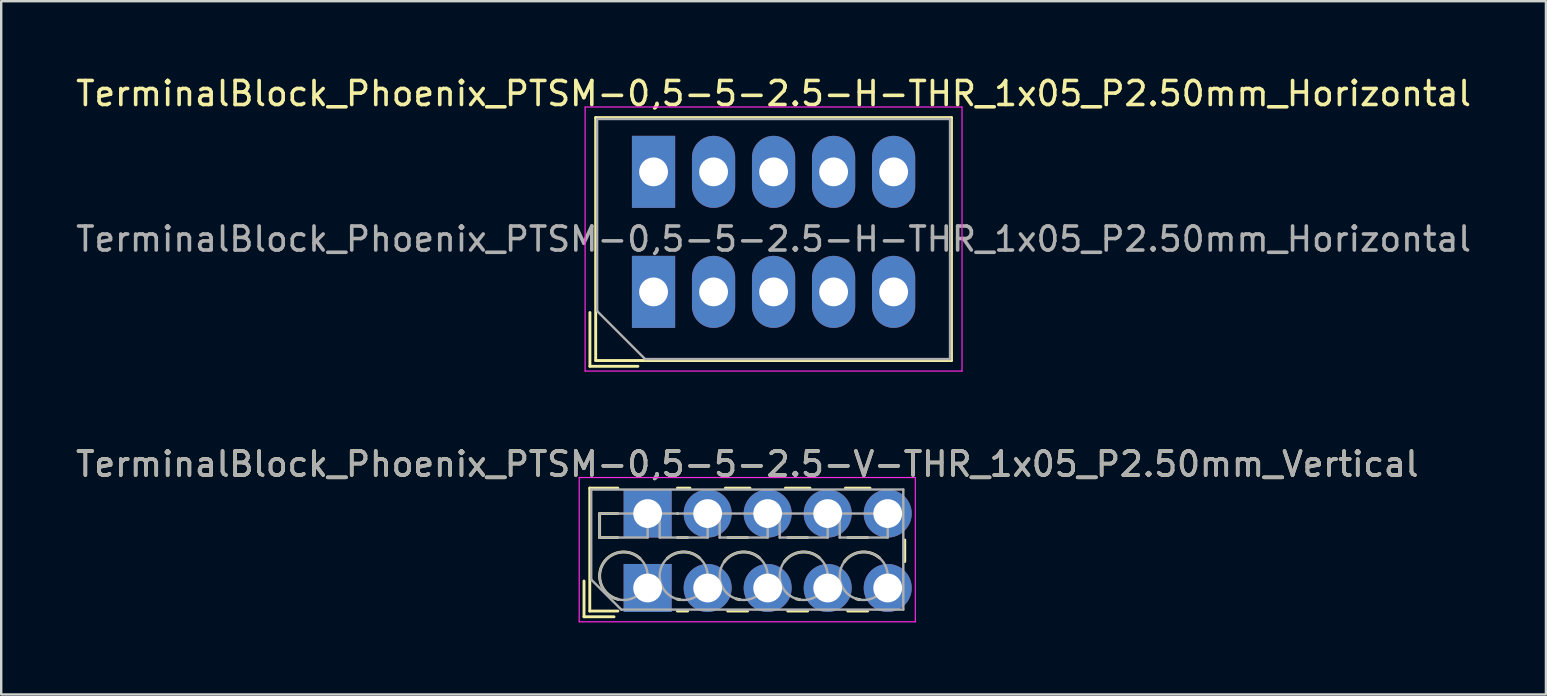
<source format=kicad_pcb>
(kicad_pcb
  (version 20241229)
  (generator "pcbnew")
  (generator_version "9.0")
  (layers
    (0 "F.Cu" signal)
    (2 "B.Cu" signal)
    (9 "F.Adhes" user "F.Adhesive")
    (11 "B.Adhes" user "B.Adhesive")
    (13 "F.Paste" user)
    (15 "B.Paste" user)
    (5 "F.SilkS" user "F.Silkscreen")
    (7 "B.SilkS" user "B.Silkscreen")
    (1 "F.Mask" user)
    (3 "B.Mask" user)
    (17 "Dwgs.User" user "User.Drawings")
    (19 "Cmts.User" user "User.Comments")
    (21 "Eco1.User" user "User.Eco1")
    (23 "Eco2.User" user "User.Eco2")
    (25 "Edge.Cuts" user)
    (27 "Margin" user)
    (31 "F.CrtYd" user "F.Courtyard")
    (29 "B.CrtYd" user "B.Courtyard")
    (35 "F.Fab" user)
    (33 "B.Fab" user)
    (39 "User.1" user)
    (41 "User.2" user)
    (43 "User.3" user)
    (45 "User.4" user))
  (footprint "TerminalBlock_Phoenix_PTSM-0,5-5-2.5-H-THR_1x05_P2.50mm_Horizontal"
    (layer "F.Cu")
    (at 24.173 9.108)
    (property "Reference" "TerminalBlock_Phoenix_PTSM-0,5-5-2.5-H-THR_1x05_P2.50mm_Horizontal" (at 5 -8.26 0) (layer "F.SilkS") (effects (font (size 1 1) (thickness 0.15))))
    (attr through_hole)
    (fp_line (start -2.65 0.86) (end -2.65 3.1) (stroke (width 0.12) (type solid)) (layer "F.SilkS"))
    (fp_line (start -2.65 3.1) (end -0.65 3.1) (stroke (width 0.12) (type solid)) (layer "F.SilkS"))
    (fp_line (start -2.41 -7.26) (end -2.41 2.86) (stroke (width 0.12) (type solid)) (layer "F.SilkS"))
    (fp_line (start -2.41 -7.26) (end 12.41 -7.26) (stroke (width 0.12) (type solid)) (layer "F.SilkS"))
    (fp_line (start -2.41 2.86) (end 12.41 2.86) (stroke (width 0.12) (type solid)) (layer "F.SilkS"))
    (fp_line (start 12.41 -7.26) (end 12.41 2.86) (stroke (width 0.12) (type solid)) (layer "F.SilkS"))
    (fp_line (start -2.85 -7.7) (end -2.85 3.3) (stroke (width 0.05) (type solid)) (layer "F.CrtYd"))
    (fp_line (start -2.85 3.3) (end 12.85 3.3) (stroke (width 0.05) (type solid)) (layer "F.CrtYd"))
    (fp_line (start 12.85 -7.7) (end -2.85 -7.7) (stroke (width 0.05) (type solid)) (layer "F.CrtYd"))
    (fp_line (start 12.85 3.3) (end 12.85 -7.7) (stroke (width 0.05) (type solid)) (layer "F.CrtYd"))
    (fp_line (start -2.35 -7.2) (end 12.35 -7.2) (stroke (width 0.1) (type solid)) (layer "F.Fab"))
    (fp_line (start -2.35 0.8) (end -2.35 -7.2) (stroke (width 0.1) (type solid)) (layer "F.Fab"))
    (fp_line (start -0.35 2.8) (end -2.35 0.8) (stroke (width 0.1) (type solid)) (layer "F.Fab"))
    (fp_line (start 12.35 -7.2) (end 12.35 2.8) (stroke (width 0.1) (type solid)) (layer "F.Fab"))
    (fp_line (start 12.35 2.8) (end -0.35 2.8) (stroke (width 0.1) (type solid)) (layer "F.Fab"))
    (fp_text user "${REFERENCE}" (at 5 -2.2 0) (layer "F.Fab") (effects (font (size 1 1) (thickness 0.15))))
    (pad "1" thru_hole rect (at 0 -5) (size 1.8 3) (drill 1.2) (layers "*.Cu" "*.Mask"))
    (pad "1" thru_hole rect (at 0 0) (size 1.8 3) (drill 1.2) (layers "*.Cu" "*.Mask"))
    (pad "2" thru_hole oval (at 2.5 -5) (size 1.8 3) (drill 1.2) (layers "*.Cu" "*.Mask"))
    (pad "2" thru_hole oval (at 2.5 0) (size 1.8 3) (drill 1.2) (layers "*.Cu" "*.Mask"))
    (pad "3" thru_hole oval (at 5 -5) (size 1.8 3) (drill 1.2) (layers "*.Cu" "*.Mask"))
    (pad "3" thru_hole oval (at 5 0) (size 1.8 3) (drill 1.2) (layers "*.Cu" "*.Mask"))
    (pad "4" thru_hole oval (at 7.5 -5) (size 1.8 3) (drill 1.2) (layers "*.Cu" "*.Mask"))
    (pad "4" thru_hole oval (at 7.5 0) (size 1.8 3) (drill 1.2) (layers "*.Cu" "*.Mask"))
    (pad "5" thru_hole oval (at 10 -5) (size 1.8 3) (drill 1.2) (layers "*.Cu" "*.Mask"))
    (pad "5" thru_hole oval (at 10 0) (size 1.8 3) (drill 1.2) (layers "*.Cu" "*.Mask")))
  (footprint "TerminalBlock_Phoenix_PTSM-0,5-5-2.5-V-THR_1x05_P2.50mm_Vertical"
    (layer "F.Cu")
    (at 23.927 21.442)
    (property "Reference" "TerminalBlock_Phoenix_PTSM-0,5-5-2.5-V-THR_1x05_P2.50mm_Vertical" (at 4.15 -5.16 0) (layer "F.SilkS") (effects (font (size 1 1) (thickness 0.15))))
    (attr through_hole)
    (fp_line (start -2.65 -0.29) (end -2.65 1.2) (stroke (width 0.12) (type solid)) (layer "F.SilkS"))
    (fp_line (start -2.65 1.2) (end -1.4 1.2) (stroke (width 0.12) (type solid)) (layer "F.SilkS"))
    (fp_line (start -2.41 -4.16) (end -2.41 0.961) (stroke (width 0.12) (type solid)) (layer "F.SilkS"))
    (fp_line (start -2.41 -4.16) (end -1.24 -4.16) (stroke (width 0.12) (type solid)) (layer "F.SilkS"))
    (fp_line (start -2.41 0.961) (end -1.24 0.961) (stroke (width 0.12) (type solid)) (layer "F.SilkS"))
    (fp_line (start -2 -3.1) (end -2 -2.1) (stroke (width 0.12) (type solid)) (layer "F.SilkS"))
    (fp_line (start -2 -3.1) (end -1.24 -3.1) (stroke (width 0.12) (type solid)) (layer "F.SilkS"))
    (fp_line (start -2 -2.1) (end -1.24 -2.1) (stroke (width 0.12) (type solid)) (layer "F.SilkS"))
    (fp_line (start 1.24 -4.16) (end 1.763 -4.16) (stroke (width 0.12) (type solid)) (layer "F.SilkS"))
    (fp_line (start 1.24 -3.1) (end 1.245 -3.1) (stroke (width 0.12) (type solid)) (layer "F.SilkS"))
    (fp_line (start 1.24 -2.1) (end 1.665 -2.1) (stroke (width 0.12) (type solid)) (layer "F.SilkS"))
    (fp_line (start 1.24 0.961) (end 1.665 0.961) (stroke (width 0.12) (type solid)) (layer "F.SilkS"))
    (fp_line (start 3.238 -4.16) (end 4.263 -4.16) (stroke (width 0.12) (type solid)) (layer "F.SilkS"))
    (fp_line (start 3.336 -2.1) (end 4.165 -2.1) (stroke (width 0.12) (type solid)) (layer "F.SilkS"))
    (fp_line (start 3.336 0.961) (end 4.165 0.961) (stroke (width 0.12) (type solid)) (layer "F.SilkS"))
    (fp_line (start 5.738 -4.16) (end 6.763 -4.16) (stroke (width 0.12) (type solid)) (layer "F.SilkS"))
    (fp_line (start 5.836 -2.1) (end 6.665 -2.1) (stroke (width 0.12) (type solid)) (layer "F.SilkS"))
    (fp_line (start 5.836 0.961) (end 6.665 0.961) (stroke (width 0.12) (type solid)) (layer "F.SilkS"))
    (fp_line (start 8.238 -4.16) (end 9.263 -4.16) (stroke (width 0.12) (type solid)) (layer "F.SilkS"))
    (fp_line (start 8.336 -2.1) (end 9.165 -2.1) (stroke (width 0.12) (type solid)) (layer "F.SilkS"))
    (fp_line (start 8.336 0.961) (end 9.165 0.961) (stroke (width 0.12) (type solid)) (layer "F.SilkS"))
    (fp_line (start 10.71 -2) (end 10.71 -1.1) (stroke (width 0.12) (type solid)) (layer "F.SilkS"))
    (fp_arc (start -1.224629 0.474931) (mid -1.883573 -0.969306) (end -0.318 -1.232) (stroke (width 0.12) (type solid)) (layer "F.SilkS"))
    (fp_arc (start 0.817811 -1.23232) (mid 1.483053 -1.500693) (end 2.157 -1.255) (stroke (width 0.12) (type solid)) (layer "F.SilkS"))
    (fp_arc (start 1.344288 0.488343) (mid 1.284242 0.476994) (end 1.225 0.462) (stroke (width 0.12) (type solid)) (layer "F.SilkS"))
    (fp_arc (start 3.190612 -1.088697) (mid 3.887218 -1.494461) (end 4.657 -1.255) (stroke (width 0.12) (type solid)) (layer "F.SilkS"))
    (fp_arc (start 3.84373 0.488618) (mid 3.766646 0.47331) (end 3.691 0.452) (stroke (width 0.12) (type solid)) (layer "F.SilkS"))
    (fp_arc (start 5.690612 -1.088697) (mid 6.387218 -1.494461) (end 7.157 -1.255) (stroke (width 0.12) (type solid)) (layer "F.SilkS"))
    (fp_arc (start 6.34373 0.488618) (mid 6.266646 0.47331) (end 6.191 0.452) (stroke (width 0.12) (type solid)) (layer "F.SilkS"))
    (fp_arc (start 8.190612 -1.088697) (mid 8.887218 -1.494461) (end 9.657 -1.255) (stroke (width 0.12) (type solid)) (layer "F.SilkS"))
    (fp_arc (start 8.84373 0.488618) (mid 8.766646 0.47331) (end 8.691 0.452) (stroke (width 0.12) (type solid)) (layer "F.SilkS"))
    (fp_line (start -2.85 -4.6) (end -2.85 1.41) (stroke (width 0.05) (type solid)) (layer "F.CrtYd"))
    (fp_line (start -2.85 1.41) (end 11.15 1.41) (stroke (width 0.05) (type solid)) (layer "F.CrtYd"))
    (fp_line (start 11.15 -4.6) (end -2.85 -4.6) (stroke (width 0.05) (type solid)) (layer "F.CrtYd"))
    (fp_line (start 11.15 1.41) (end 11.15 -4.6) (stroke (width 0.05) (type solid)) (layer "F.CrtYd"))
    (fp_line (start -2.35 -4.1) (end 10.65 -4.1) (stroke (width 0.1) (type solid)) (layer "F.Fab"))
    (fp_line (start -2.35 -0.35) (end -2.35 -4.1) (stroke (width 0.1) (type solid)) (layer "F.Fab"))
    (fp_line (start -2 -3.1) (end -2 -2.1) (stroke (width 0.1) (type solid)) (layer "F.Fab"))
    (fp_line (start -2 -2.1) (end 0 -2.1) (stroke (width 0.1) (type solid)) (layer "F.Fab"))
    (fp_line (start -1.1 0.9) (end -2.35 -0.35) (stroke (width 0.1) (type solid)) (layer "F.Fab"))
    (fp_line (start 0 -3.1) (end -2 -3.1) (stroke (width 0.1) (type solid)) (layer "F.Fab"))
    (fp_line (start 0 -2.1) (end 0 -3.1) (stroke (width 0.1) (type solid)) (layer "F.Fab"))
    (fp_line (start 0.5 -3.1) (end 0.5 -2.1) (stroke (width 0.1) (type solid)) (layer "F.Fab"))
    (fp_line (start 0.5 -2.1) (end 2.5 -2.1) (stroke (width 0.1) (type solid)) (layer "F.Fab"))
    (fp_line (start 2.5 -3.1) (end 0.5 -3.1) (stroke (width 0.1) (type solid)) (layer "F.Fab"))
    (fp_line (start 2.5 -2.1) (end 2.5 -3.1) (stroke (width 0.1) (type solid)) (layer "F.Fab"))
    (fp_line (start 3 -3.1) (end 3 -2.1) (stroke (width 0.1) (type solid)) (layer "F.Fab"))
    (fp_line (start 3 -2.1) (end 5 -2.1) (stroke (width 0.1) (type solid)) (layer "F.Fab"))
    (fp_line (start 5 -3.1) (end 3 -3.1) (stroke (width 0.1) (type solid)) (layer "F.Fab"))
    (fp_line (start 5 -2.1) (end 5 -3.1) (stroke (width 0.1) (type solid)) (layer "F.Fab"))
    (fp_line (start 5.5 -3.1) (end 5.5 -2.1) (stroke (width 0.1) (type solid)) (layer "F.Fab"))
    (fp_line (start 5.5 -2.1) (end 7.5 -2.1) (stroke (width 0.1) (type solid)) (layer "F.Fab"))
    (fp_line (start 7.5 -3.1) (end 5.5 -3.1) (stroke (width 0.1) (type solid)) (layer "F.Fab"))
    (fp_line (start 7.5 -2.1) (end 7.5 -3.1) (stroke (width 0.1) (type solid)) (layer "F.Fab"))
    (fp_line (start 8 -3.1) (end 8 -2.1) (stroke (width 0.1) (type solid)) (layer "F.Fab"))
    (fp_line (start 8 -2.1) (end 10 -2.1) (stroke (width 0.1) (type solid)) (layer "F.Fab"))
    (fp_line (start 10 -3.1) (end 8 -3.1) (stroke (width 0.1) (type solid)) (layer "F.Fab"))
    (fp_line (start 10 -2.1) (end 10 -3.1) (stroke (width 0.1) (type solid)) (layer "F.Fab"))
    (fp_line (start 10.65 -4.1) (end 10.65 0.9) (stroke (width 0.1) (type solid)) (layer "F.Fab"))
    (fp_line (start 10.65 0.9) (end -1.1 0.9) (stroke (width 0.1) (type solid)) (layer "F.Fab"))
    (fp_circle (center -1 -0.5) (end 0 -0.5) (stroke (width 0.1) (type solid)) (fill no) (layer "F.Fab"))
    (fp_circle (center 1.5 -0.5) (end 2.5 -0.5) (stroke (width 0.1) (type solid)) (fill no) (layer "F.Fab"))
    (fp_circle (center 4 -0.5) (end 5 -0.5) (stroke (width 0.1) (type solid)) (fill no) (layer "F.Fab"))
    (fp_circle (center 6.5 -0.5) (end 7.5 -0.5) (stroke (width 0.1) (type solid)) (fill no) (layer "F.Fab"))
    (fp_circle (center 9 -0.5) (end 10 -0.5) (stroke (width 0.1) (type solid)) (fill no) (layer "F.Fab"))
    (fp_text user "${REFERENCE}" (at 4.15 -5.16 0) (layer "F.Fab") (effects (font (size 1 1) (thickness 0.15))))
    (pad "1" thru_hole rect (at 0 -3.1) (size 2 2) (drill 1.2) (layers "*.Cu" "*.Mask"))
    (pad "1" thru_hole rect (at 0 0) (size 2 2) (drill 1.2) (layers "*.Cu" "*.Mask"))
    (pad "2" thru_hole circle (at 2.5 -3.1) (size 2 2) (drill 1.2) (layers "*.Cu" "*.Mask"))
    (pad "2" thru_hole circle (at 2.5 0) (size 2 2) (drill 1.2) (layers "*.Cu" "*.Mask"))
    (pad "3" thru_hole circle (at 5 -3.1) (size 2 2) (drill 1.2) (layers "*.Cu" "*.Mask"))
    (pad "3" thru_hole circle (at 5 0) (size 2 2) (drill 1.2) (layers "*.Cu" "*.Mask"))
    (pad "4" thru_hole circle (at 7.5 -3.1) (size 2 2) (drill 1.2) (layers "*.Cu" "*.Mask"))
    (pad "4" thru_hole circle (at 7.5 0) (size 2 2) (drill 1.2) (layers "*.Cu" "*.Mask"))
    (pad "5" thru_hole circle (at 10 -3.1) (size 2 2) (drill 1.2) (layers "*.Cu" "*.Mask"))
    (pad "5" thru_hole circle (at 10 0) (size 2 2) (drill 1.2) (layers "*.Cu" "*.Mask")))
  (gr_rect
    (start -3 -3)
    (end 61.345 25.877)
    (stroke (width 0.1) (type default))
    (fill no)
    (layer "Edge.Cuts")))
</source>
